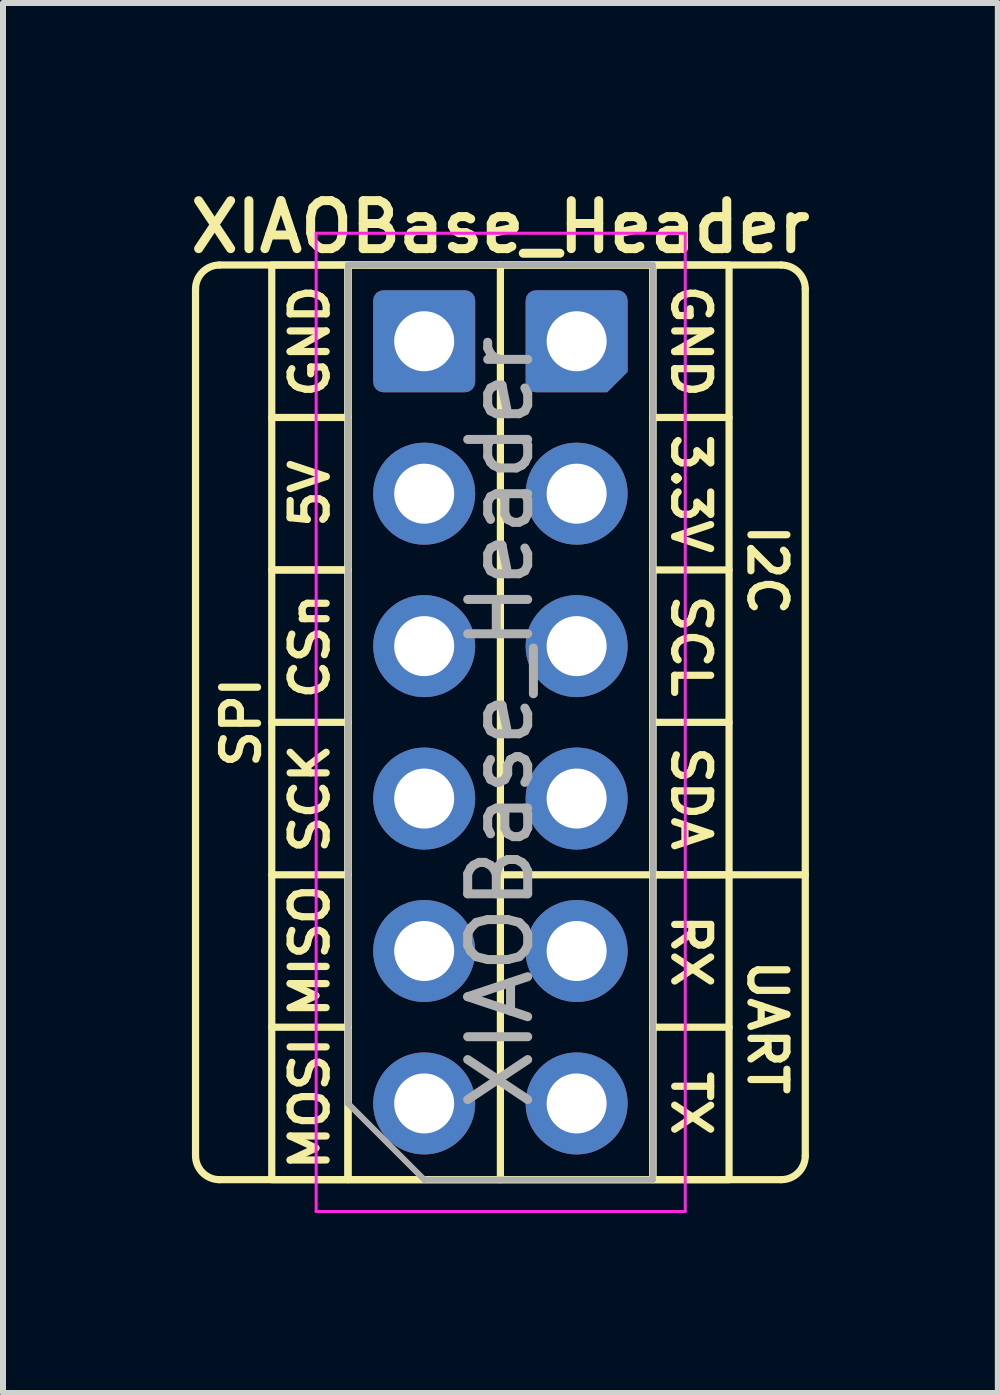
<source format=kicad_pcb>
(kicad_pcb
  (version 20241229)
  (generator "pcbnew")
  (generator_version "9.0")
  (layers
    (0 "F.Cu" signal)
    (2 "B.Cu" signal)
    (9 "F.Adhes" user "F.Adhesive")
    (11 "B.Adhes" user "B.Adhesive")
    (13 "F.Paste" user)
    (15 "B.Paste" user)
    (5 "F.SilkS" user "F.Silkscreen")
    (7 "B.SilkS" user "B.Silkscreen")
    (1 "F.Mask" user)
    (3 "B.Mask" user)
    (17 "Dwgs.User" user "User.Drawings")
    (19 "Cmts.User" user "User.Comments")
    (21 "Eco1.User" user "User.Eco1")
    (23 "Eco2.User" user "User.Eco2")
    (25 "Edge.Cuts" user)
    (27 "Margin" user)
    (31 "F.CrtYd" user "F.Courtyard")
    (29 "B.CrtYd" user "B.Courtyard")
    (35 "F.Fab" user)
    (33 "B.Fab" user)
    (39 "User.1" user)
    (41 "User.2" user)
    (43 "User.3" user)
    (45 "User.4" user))
  (footprint "XIAOBase_Header"
    (layer "F.Cu")
    (at 5.288 8.986)
    (property "Reference" "XIAOBase_Header" (at 0 -8.255 0) (layer "F.SilkS") (effects (font (size 0.8 0.8) (thickness 0.15))))
    (attr through_hole exclude_from_bom)
    (fp_line (start -5.08 -7.22) (end -5.08 7.22) (stroke (width 0.12) (type default)) (layer "F.SilkS"))
    (fp_line (start -4.68 7.62) (end 4.68 7.62) (stroke (width 0.12) (type default)) (layer "F.SilkS"))
    (fp_line (start -3.81 -5.08) (end -2.54 -5.08) (stroke (width 0.12) (type default)) (layer "F.SilkS"))
    (fp_line (start -3.81 0) (end -2.54 0) (stroke (width 0.12) (type default)) (layer "F.SilkS"))
    (fp_line (start -3.81 2.54) (end -2.54 2.54) (stroke (width 0.12) (type default)) (layer "F.SilkS"))
    (fp_line (start -3.81 5.08) (end -2.54 5.08) (stroke (width 0.12) (type default)) (layer "F.SilkS"))
    (fp_line (start 0 2.54) (end 5.08 2.54) (stroke (width 0.12) (type default)) (layer "F.SilkS"))
    (fp_line (start 0 7.62) (end 0 -7.62) (stroke (width 0.12) (type default)) (layer "F.SilkS"))
    (fp_line (start 2.54 -5.08) (end 3.81 -5.08) (stroke (width 0.12) (type default)) (layer "F.SilkS"))
    (fp_line (start 2.54 -2.54) (end 3.81 -2.54) (stroke (width 0.12) (type default)) (layer "F.SilkS"))
    (fp_line (start 2.54 0) (end 3.81 0) (stroke (width 0.12) (type default)) (layer "F.SilkS"))
    (fp_line (start 2.54 2.54) (end 3.81 2.54) (stroke (width 0.12) (type default)) (layer "F.SilkS"))
    (fp_line (start 2.54 5.08) (end 3.81 5.08) (stroke (width 0.12) (type default)) (layer "F.SilkS"))
    (fp_line (start 4.68 -7.62) (end -4.68 -7.62) (stroke (width 0.12) (type default)) (layer "F.SilkS"))
    (fp_line (start 5.08 7.22) (end 5.08 -7.22) (stroke (width 0.12) (type default)) (layer "F.SilkS"))
    (fp_rect (start -3.81 -7.62) (end -2.54 -2.54) (stroke (width 0.12) (type default)) (fill no) (layer "F.SilkS"))
    (fp_rect (start -3.81 -2.54) (end -2.54 7.62) (stroke (width 0.12) (type default)) (fill no) (layer "F.SilkS"))
    (fp_rect (start -2.54 -7.62) (end 2.54 7.62) (stroke (width 0.12) (type default)) (fill no) (layer "F.SilkS"))
    (fp_rect (start 2.54 -7.62) (end 3.81 7.62) (stroke (width 0.12) (type default)) (fill no) (layer "F.SilkS"))
    (fp_arc (start -5.08 -7.22) (mid -4.962843 -7.502843) (end -4.68 -7.62) (stroke (width 0.12) (type default)) (layer "F.SilkS"))
    (fp_arc (start -4.68 7.62) (mid -4.962843 7.502843) (end -5.08 7.22) (stroke (width 0.12) (type default)) (layer "F.SilkS"))
    (fp_arc (start 4.68 -7.62) (mid 4.962843 -7.502843) (end 5.08 -7.22) (stroke (width 0.12) (type default)) (layer "F.SilkS"))
    (fp_arc (start 5.08 7.22) (mid 4.962843 7.502843) (end 4.68 7.62) (stroke (width 0.12) (type default)) (layer "F.SilkS"))
    (fp_line (start -3.07 -8.15) (end -3.07 8.15) (stroke (width 0.05) (type solid)) (layer "F.CrtYd"))
    (fp_line (start -3.07 8.15) (end 3.08 8.15) (stroke (width 0.05) (type solid)) (layer "F.CrtYd"))
    (fp_line (start 3.08 -8.15) (end -3.07 -8.15) (stroke (width 0.05) (type solid)) (layer "F.CrtYd"))
    (fp_line (start 3.08 8.15) (end 3.08 -8.15) (stroke (width 0.05) (type solid)) (layer "F.CrtYd"))
    (fp_line (start -2.54 -7.62) (end -2.54 6.35) (stroke (width 0.1) (type solid)) (layer "F.Fab"))
    (fp_line (start -2.54 6.35) (end -1.27 7.62) (stroke (width 0.1) (type solid)) (layer "F.Fab"))
    (fp_line (start -1.27 7.62) (end 2.54 7.62) (stroke (width 0.1) (type solid)) (layer "F.Fab"))
    (fp_line (start 2.54 -7.62) (end -2.54 -7.62) (stroke (width 0.1) (type solid)) (layer "F.Fab"))
    (fp_line (start 2.54 7.62) (end 2.54 -7.62) (stroke (width 0.1) (type solid)) (layer "F.Fab"))
    (fp_text user "SPI" (at -4.318 0 90) (unlocked yes) (layer "F.SilkS") (effects (font (size 0.6 0.6) (thickness 0.12) (bold yes))))
    (fp_text user "GND" (at 3.175 -6.35 270) (unlocked yes) (layer "F.SilkS") (effects (font (size 0.6 0.6) (thickness 0.12))))
    (fp_text user "3.3V" (at 3.175 -3.81 270) (unlocked yes) (layer "F.SilkS") (effects (font (size 0.6 0.6) (thickness 0.12))))
    (fp_text user "MISO" (at -3.175 3.81 90) (unlocked yes) (layer "F.SilkS") (effects (font (size 0.6 0.6) (thickness 0.12))))
    (fp_text user "I2C" (at 4.445 -2.54 270) (unlocked yes) (layer "F.SilkS") (effects (font (size 0.6 0.6) (thickness 0.12) (bold yes))))
    (fp_text user "5V" (at -3.175 -3.81 90) (unlocked yes) (layer "F.SilkS") (effects (font (size 0.6 0.6) (thickness 0.12))))
    (fp_text user "GND" (at -3.175 -6.35 90) (unlocked yes) (layer "F.SilkS") (effects (font (size 0.6 0.6) (thickness 0.12))))
    (fp_text user "SCK" (at -3.175 1.27 90) (unlocked yes) (layer "F.SilkS") (effects (font (size 0.6 0.6) (thickness 0.12))))
    (fp_text user "MOSI" (at -3.175 6.35 90) (unlocked yes) (layer "F.SilkS") (effects (font (size 0.6 0.6) (thickness 0.12))))
    (fp_text user "SDA" (at 3.175 1.27 270) (unlocked yes) (layer "F.SilkS") (effects (font (size 0.6 0.6) (thickness 0.12))))
    (fp_text user "UART" (at 4.445 5.08 270) (unlocked yes) (layer "F.SilkS") (effects (font (size 0.6 0.6) (thickness 0.12) (bold yes))))
    (fp_text user "TX" (at 3.175 6.35 270) (unlocked yes) (layer "F.SilkS") (effects (font (size 0.6 0.6) (thickness 0.12))))
    (fp_text user "RX" (at 3.175 3.81 270) (unlocked yes) (layer "F.SilkS") (effects (font (size 0.6 0.6) (thickness 0.12))))
    (fp_text user "CSn" (at -3.175 -1.27 90) (unlocked yes) (layer "F.SilkS") (effects (font (size 0.6 0.6) (thickness 0.12))))
    (fp_text user "SCL" (at 3.175 -1.27 270) (unlocked yes) (layer "F.SilkS") (effects (font (size 0.6 0.6) (thickness 0.12))))
    (fp_text user "${REFERENCE}" (at 0 0 90) (layer "F.Fab") (effects (font (size 1 1) (thickness 0.15))))
    (pad "1" thru_hole roundrect (at 1.27 -6.35 180) (size 1.7 1.7) (drill 1) (layers "*.Cu" "*.Mask") (roundrect_rratio 0.1) (chamfer_ratio 0.2) (chamfer top_left))
    (pad "2" thru_hole roundrect (at -1.27 -6.35 180) (size 1.7 1.7) (drill 1) (layers "*.Cu" "*.Mask") (roundrect_rratio 0.1))
    (pad "3" thru_hole oval (at 1.27 -3.81 180) (size 1.7 1.7) (drill 1) (layers "*.Cu" "*.Mask"))
    (pad "4" thru_hole oval (at -1.27 -3.81 180) (size 1.7 1.7) (drill 1) (layers "*.Cu" "*.Mask"))
    (pad "5" thru_hole oval (at 1.27 -1.27 180) (size 1.7 1.7) (drill 1) (layers "*.Cu" "*.Mask"))
    (pad "6" thru_hole oval (at -1.27 -1.27 180) (size 1.7 1.7) (drill 1) (layers "*.Cu" "*.Mask"))
    (pad "7" thru_hole oval (at 1.27 1.27 180) (size 1.7 1.7) (drill 1) (layers "*.Cu" "*.Mask"))
    (pad "8" thru_hole oval (at -1.27 1.27 180) (size 1.7 1.7) (drill 1) (layers "*.Cu" "*.Mask"))
    (pad "9" thru_hole oval (at 1.27 3.81 180) (size 1.7 1.7) (drill 1) (layers "*.Cu" "*.Mask"))
    (pad "10" thru_hole oval (at -1.27 3.81 180) (size 1.7 1.7) (drill 1) (layers "*.Cu" "*.Mask"))
    (pad "11" thru_hole oval (at 1.27 6.35 180) (size 1.7 1.7) (drill 1) (layers "*.Cu" "*.Mask"))
    (pad "12" thru_hole oval (at -1.27 6.35 180) (size 1.7 1.7) (drill 1) (layers "*.Cu" "*.Mask")))
  (gr_rect
    (start -3 -3)
    (end 13.576 20.161)
    (stroke (width 0.1) (type default))
    (fill no)
    (layer "Edge.Cuts")))
</source>
